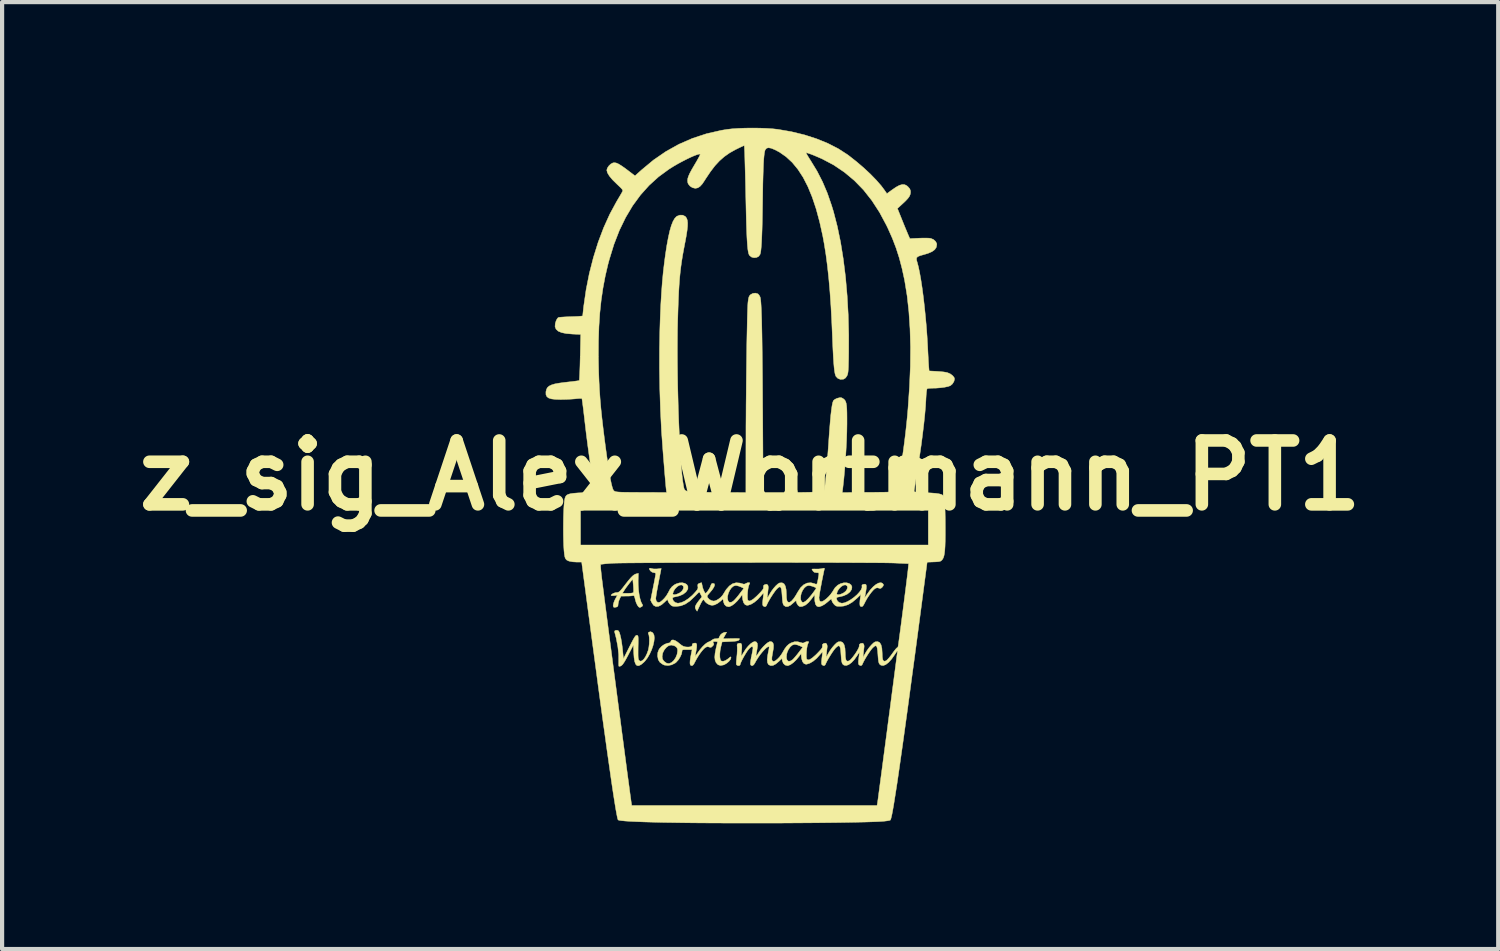
<source format=kicad_pcb>
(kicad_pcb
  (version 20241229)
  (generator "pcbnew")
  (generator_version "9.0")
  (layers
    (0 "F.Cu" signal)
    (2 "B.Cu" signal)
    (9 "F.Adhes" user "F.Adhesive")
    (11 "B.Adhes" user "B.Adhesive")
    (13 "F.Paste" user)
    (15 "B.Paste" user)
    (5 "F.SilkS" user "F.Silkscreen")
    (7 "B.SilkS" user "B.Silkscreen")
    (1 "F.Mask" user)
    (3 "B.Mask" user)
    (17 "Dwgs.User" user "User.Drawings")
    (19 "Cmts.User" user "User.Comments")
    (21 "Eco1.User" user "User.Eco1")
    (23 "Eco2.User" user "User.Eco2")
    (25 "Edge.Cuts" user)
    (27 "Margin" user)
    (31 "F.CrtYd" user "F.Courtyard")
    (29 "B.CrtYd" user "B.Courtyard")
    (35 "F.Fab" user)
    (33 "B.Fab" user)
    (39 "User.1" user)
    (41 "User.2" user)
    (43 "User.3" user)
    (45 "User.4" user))
  (footprint "z_sig_Alex_Wortmann_PT1"
    (layer "F.Cu")
    (at 14.848 8.294)
    (property "Reference" "z_sig_Alex_Wortmann_PT1" (at 0 0 0) (layer "F.SilkS") (effects (font (size 1.524 1.524) (thickness 0.3))))
    (attr through_hole)
    (fp_poly (pts (xy -3.166 3.696) (xy -3.141 3.708) (xy -3.123 3.739) (xy -3.104 3.798) (xy -3.084 3.882) (xy -3.066 3.985) (xy -3.05 4.103) (xy -3.042 4.175) (xy -3.023 4.373) (xy -2.881 4.091) (xy -2.83 3.99) (xy -2.791 3.916) (xy -2.762 3.866) (xy -2.74 3.834) (xy -2.723 3.818) (xy -2.708 3.813) (xy -2.703 3.813) (xy -2.69 3.816) (xy -2.68 3.824) (xy -2.674 3.842) (xy -2.671 3.875) (xy -2.67 3.927) (xy -2.671 4.004) (xy -2.673 4.098) (xy -2.674 4.206) (xy -2.674 4.286) (xy -2.672 4.342) (xy -2.666 4.379) (xy -2.658 4.403) (xy -2.653 4.41) (xy -2.622 4.432) (xy -2.583 4.423) (xy -2.542 4.389) (xy -2.501 4.332) (xy -2.463 4.255) (xy -2.431 4.167) (xy -2.417 4.1) (xy -2.408 4.02) (xy -2.405 3.938) (xy -2.408 3.864) (xy -2.416 3.808) (xy -2.423 3.79) (xy -2.433 3.759) (xy -2.419 3.74) (xy -2.378 3.727) (xy -2.338 3.743) (xy -2.32 3.759) (xy -2.294 3.807) (xy -2.286 3.877) (xy -2.295 3.963) (xy -2.317 4.059) (xy -2.351 4.159) (xy -2.396 4.258) (xy -2.449 4.35) (xy -2.509 4.428) (xy -2.539 4.459) (xy -2.604 4.513) (xy -2.658 4.539) (xy -2.7 4.536) (xy -2.732 4.503) (xy -2.755 4.44) (xy -2.77 4.345) (xy -2.777 4.246) (xy -2.786 4.044) (xy -2.91 4.284) (xy -2.963 4.383) (xy -3.006 4.456) (xy -3.04 4.506) (xy -3.071 4.536) (xy -3.1 4.551) (xy -3.13 4.555) (xy -3.135 4.54) (xy -3.137 4.499) (xy -3.136 4.442) (xy -3.136 4.437) (xy -3.137 4.272) (xy -3.157 4.085) (xy -3.196 3.882) (xy -3.236 3.726) (xy -3.228 3.705) (xy -3.201 3.694) (xy -3.166 3.696)) (stroke (width 0.01) (type solid)) (fill yes) (layer "F.SilkS"))
    (fp_poly (pts (xy -2.672 2.504) (xy -2.671 2.617) (xy -2.663 2.733) (xy -2.648 2.844) (xy -2.627 2.942) (xy -2.603 3.018) (xy -2.589 3.047) (xy -2.568 3.085) (xy -2.564 3.107) (xy -2.577 3.122) (xy -2.584 3.128) (xy -2.618 3.146) (xy -2.637 3.15) (xy -2.663 3.134) (xy -2.692 3.093) (xy -2.72 3.034) (xy -2.741 2.964) (xy -2.744 2.949) (xy -2.757 2.897) (xy -2.769 2.872) (xy -2.785 2.866) (xy -2.8 2.868) (xy -2.835 2.873) (xy -2.891 2.877) (xy -2.957 2.878) (xy -2.959 2.878) (xy -3.081 2.879) (xy -3.115 2.946) (xy -3.137 3.002) (xy -3.149 3.059) (xy -3.15 3.071) (xy -3.155 3.113) (xy -3.174 3.134) (xy -3.188 3.139) (xy -3.235 3.148) (xy -3.26 3.14) (xy -3.268 3.111) (xy -3.268 3.095) (xy -3.259 3.05) (xy -3.238 2.991) (xy -3.217 2.948) (xy -3.167 2.857) (xy -3.243 2.866) (xy -3.288 2.868) (xy -3.315 2.864) (xy -3.319 2.861) (xy -3.304 2.837) (xy -3.267 2.814) (xy -3.259 2.811) (xy -3.048 2.811) (xy -2.921 2.811) (xy -2.85 2.809) (xy -2.807 2.803) (xy -2.786 2.791) (xy -2.784 2.786) (xy -2.781 2.759) (xy -2.782 2.708) (xy -2.786 2.642) (xy -2.788 2.617) (xy -2.802 2.472) (xy -2.881 2.57) (xy -2.927 2.631) (xy -2.973 2.693) (xy -3.003 2.739) (xy -3.048 2.811) (xy -3.259 2.811) (xy -3.219 2.797) (xy -3.184 2.793) (xy -3.159 2.791) (xy -3.136 2.782) (xy -3.111 2.763) (xy -3.08 2.73) (xy -3.037 2.678) (xy -2.98 2.604) (xy -2.909 2.513) (xy -2.853 2.447) (xy -2.808 2.401) (xy -2.769 2.37) (xy -2.733 2.352) (xy -2.709 2.345) (xy -2.667 2.335) (xy -2.672 2.504)) (stroke (width 0.01) (type solid)) (fill yes) (layer "F.SilkS"))
    (fp_poly (pts (xy -0.604 3.82) (xy -0.648 3.897) (xy -0.451 3.891) (xy -0.374 3.89) (xy -0.311 3.89) (xy -0.269 3.892) (xy -0.254 3.895) (xy -0.261 3.919) (xy -0.281 3.937) (xy -0.321 3.949) (xy -0.385 3.957) (xy -0.478 3.962) (xy -0.669 3.971) (xy -0.699 4.089) (xy -0.716 4.175) (xy -0.724 4.259) (xy -0.723 4.333) (xy -0.713 4.39) (xy -0.695 4.423) (xy -0.693 4.425) (xy -0.647 4.434) (xy -0.59 4.417) (xy -0.526 4.374) (xy -0.517 4.367) (xy -0.481 4.336) (xy -0.463 4.327) (xy -0.458 4.337) (xy -0.457 4.352) (xy -0.471 4.391) (xy -0.507 4.436) (xy -0.558 4.479) (xy -0.613 4.512) (xy -0.636 4.521) (xy -0.709 4.534) (xy -0.767 4.516) (xy -0.812 4.467) (xy -0.813 4.466) (xy -0.837 4.408) (xy -0.845 4.335) (xy -0.837 4.242) (xy -0.814 4.124) (xy -0.813 4.118) (xy -0.797 4.053) (xy -0.786 4.003) (xy -0.779 3.973) (xy -0.779 3.97) (xy -0.794 3.965) (xy -0.831 3.962) (xy -0.838 3.962) (xy -0.877 3.964) (xy -0.888 3.973) (xy -0.878 3.995) (xy -0.877 3.996) (xy -0.866 4.023) (xy -0.877 4.049) (xy -0.896 4.071) (xy -0.927 4.098) (xy -0.954 4.102) (xy -0.976 4.094) (xy -1.018 4.084) (xy -1.06 4.099) (xy -1.1 4.13) (xy -1.149 4.185) (xy -1.202 4.255) (xy -1.253 4.333) (xy -1.297 4.411) (xy -1.308 4.432) (xy -1.341 4.495) (xy -1.368 4.529) (xy -1.391 4.538) (xy -1.415 4.533) (xy -1.43 4.513) (xy -1.436 4.477) (xy -1.433 4.419) (xy -1.421 4.337) (xy -1.4 4.226) (xy -1.396 4.208) (xy -1.386 4.157) (xy -1.506 4.156) (xy -1.568 4.156) (xy -1.604 4.159) (xy -1.621 4.168) (xy -1.625 4.186) (xy -1.626 4.2) (xy -1.638 4.26) (xy -1.67 4.331) (xy -1.714 4.401) (xy -1.766 4.458) (xy -1.79 4.477) (xy -1.874 4.519) (xy -1.963 4.535) (xy -2.048 4.524) (xy -2.082 4.509) (xy -2.152 4.459) (xy -2.193 4.395) (xy -2.207 4.315) (xy -2.1 4.315) (xy -2.094 4.372) (xy -2.07 4.416) (xy -2.05 4.438) (xy -1.993 4.479) (xy -1.935 4.488) (xy -1.876 4.463) (xy -1.828 4.421) (xy -1.778 4.351) (xy -1.744 4.268) (xy -1.731 4.185) (xy -1.735 4.136) (xy -1.76 4.094) (xy -1.809 4.063) (xy -1.873 4.048) (xy -1.889 4.047) (xy -1.947 4.063) (xy -2.002 4.104) (xy -2.05 4.164) (xy -2.085 4.234) (xy -2.099 4.308) (xy -2.1 4.315) (xy -2.207 4.315) (xy -2.208 4.311) (xy -2.209 4.294) (xy -2.203 4.224) (xy -2.182 4.166) (xy -2.162 4.132) (xy -2.109 4.074) (xy -2.041 4.028) (xy -1.969 4.001) (xy -1.936 3.997) (xy -1.904 3.984) (xy -1.893 3.958) (xy -1.876 3.93) (xy -1.84 3.923) (xy -1.791 3.938) (xy -1.735 3.973) (xy -1.733 3.974) (xy -1.686 4.012) (xy -1.643 4.046) (xy -1.635 4.053) (xy -1.591 4.077) (xy -1.537 4.091) (xy -1.481 4.094) (xy -1.431 4.089) (xy -1.395 4.074) (xy -1.38 4.051) (xy -1.382 4.039) (xy -1.376 4.016) (xy -1.347 4.003) (xy -1.307 3.998) (xy -1.283 4.011) (xy -1.274 4.044) (xy -1.277 4.103) (xy -1.285 4.16) (xy -1.297 4.225) (xy -1.307 4.28) (xy -1.315 4.314) (xy -1.316 4.316) (xy -1.312 4.317) (xy -1.293 4.293) (xy -1.264 4.25) (xy -1.255 4.237) (xy -1.197 4.157) (xy -1.135 4.084) (xy -1.074 4.025) (xy -1.02 3.985) (xy -0.991 3.972) (xy -0.945 3.952) (xy -0.914 3.928) (xy -0.863 3.9) (xy -0.813 3.895) (xy -0.768 3.891) (xy -0.745 3.878) (xy -0.735 3.852) (xy -0.709 3.804) (xy -0.664 3.764) (xy -0.612 3.743) (xy -0.6 3.742) (xy -0.561 3.742) (xy -0.604 3.82)) (stroke (width 0.01) (type solid)) (fill yes) (layer "F.SilkS"))
    (fp_poly (pts (xy 1.772 2.215) (xy 1.771 2.235) (xy 1.769 2.241) (xy 1.753 2.313) (xy 1.735 2.401) (xy 1.715 2.499) (xy 1.696 2.599) (xy 1.678 2.696) (xy 1.662 2.783) (xy 1.651 2.854) (xy 1.644 2.901) (xy 1.643 2.917) (xy 1.65 2.976) (xy 1.671 3.006) (xy 1.709 3.009) (xy 1.715 3.008) (xy 1.76 2.986) (xy 1.816 2.944) (xy 1.874 2.889) (xy 1.927 2.829) (xy 1.928 2.827) (xy 2.066 2.827) (xy 2.08 2.843) (xy 2.115 2.844) (xy 2.164 2.832) (xy 2.218 2.808) (xy 2.229 2.802) (xy 2.28 2.762) (xy 2.311 2.716) (xy 2.323 2.672) (xy 2.313 2.635) (xy 2.28 2.614) (xy 2.267 2.611) (xy 2.22 2.621) (xy 2.169 2.654) (xy 2.121 2.703) (xy 2.084 2.76) (xy 2.067 2.816) (xy 2.066 2.827) (xy 1.928 2.827) (xy 1.967 2.772) (xy 1.972 2.762) (xy 2.026 2.677) (xy 2.09 2.617) (xy 2.154 2.583) (xy 2.233 2.561) (xy 2.304 2.561) (xy 2.364 2.578) (xy 2.408 2.612) (xy 2.429 2.658) (xy 2.422 2.715) (xy 2.421 2.718) (xy 2.381 2.779) (xy 2.315 2.832) (xy 2.227 2.872) (xy 2.136 2.894) (xy 2.088 2.903) (xy 2.066 2.915) (xy 2.061 2.936) (xy 2.062 2.947) (xy 2.083 2.997) (xy 2.127 3.033) (xy 2.187 3.048) (xy 2.191 3.048) (xy 2.254 3.037) (xy 2.327 3.006) (xy 2.404 2.961) (xy 2.48 2.906) (xy 2.55 2.845) (xy 2.608 2.782) (xy 2.649 2.723) (xy 2.669 2.671) (xy 2.667 2.642) (xy 2.667 2.615) (xy 2.692 2.6) (xy 2.701 2.598) (xy 2.74 2.593) (xy 2.764 2.605) (xy 2.773 2.639) (xy 2.77 2.698) (xy 2.762 2.754) (xy 2.75 2.82) (xy 2.74 2.875) (xy 2.732 2.908) (xy 2.731 2.911) (xy 2.736 2.911) (xy 2.754 2.888) (xy 2.783 2.845) (xy 2.792 2.832) (xy 2.863 2.734) (xy 2.935 2.656) (xy 3.004 2.599) (xy 3.067 2.566) (xy 3.122 2.558) (xy 3.158 2.574) (xy 3.181 2.603) (xy 3.175 2.634) (xy 3.148 2.669) (xy 3.117 2.694) (xy 3.089 2.695) (xy 3.071 2.688) (xy 3.029 2.679) (xy 2.987 2.693) (xy 2.947 2.725) (xy 2.898 2.78) (xy 2.845 2.85) (xy 2.793 2.928) (xy 2.749 3.007) (xy 2.739 3.028) (xy 2.709 3.086) (xy 2.687 3.117) (xy 2.666 3.129) (xy 2.652 3.129) (xy 2.63 3.121) (xy 2.619 3.099) (xy 2.616 3.052) (xy 2.616 3.048) (xy 2.62 2.982) (xy 2.629 2.916) (xy 2.631 2.904) (xy 2.645 2.837) (xy 2.545 2.932) (xy 2.438 3.022) (xy 2.337 3.082) (xy 2.236 3.115) (xy 2.153 3.123) (xy 2.093 3.122) (xy 2.055 3.116) (xy 2.027 3.099) (xy 1.997 3.069) (xy 1.966 3.027) (xy 1.949 2.989) (xy 1.947 2.98) (xy 1.945 2.956) (xy 1.934 2.95) (xy 1.909 2.964) (xy 1.868 3) (xy 1.851 3.015) (xy 1.782 3.07) (xy 1.713 3.11) (xy 1.652 3.131) (xy 1.635 3.133) (xy 1.589 3.117) (xy 1.559 3.073) (xy 1.543 2.999) (xy 1.541 2.953) (xy 1.541 2.841) (xy 1.467 2.942) (xy 1.394 3.03) (xy 1.325 3.089) (xy 1.257 3.121) (xy 1.23 3.127) (xy 1.186 3.129) (xy 1.155 3.11) (xy 1.137 3.09) (xy 1.112 3.048) (xy 1.101 3.01) (xy 1.101 3.008) (xy 1.098 2.991) (xy 1.086 2.992) (xy 1.059 3.014) (xy 1.037 3.034) (xy 0.964 3.096) (xy 0.903 3.127) (xy 0.851 3.13) (xy 0.808 3.103) (xy 0.804 3.099) (xy 0.789 3.074) (xy 0.778 3.035) (xy 0.77 2.976) (xy 0.763 2.889) (xy 0.763 2.883) (xy 0.755 2.781) (xy 0.745 2.712) (xy 0.731 2.671) (xy 0.71 2.657) (xy 0.681 2.668) (xy 0.643 2.701) (xy 0.631 2.714) (xy 0.598 2.754) (xy 0.556 2.813) (xy 0.51 2.882) (xy 0.466 2.954) (xy 0.429 3.02) (xy 0.403 3.072) (xy 0.395 3.094) (xy 0.374 3.125) (xy 0.341 3.131) (xy 0.307 3.11) (xy 0.298 3.083) (xy 0.297 3.033) (xy 0.304 2.962) (xy 0.312 2.898) (xy 0.318 2.845) (xy 0.321 2.815) (xy 0.321 2.814) (xy 0.312 2.814) (xy 0.288 2.836) (xy 0.255 2.876) (xy 0.18 2.958) (xy 0.1 3.025) (xy 0.021 3.073) (xy -0.051 3.097) (xy -0.075 3.099) (xy -0.12 3.083) (xy -0.155 3.038) (xy -0.177 2.966) (xy -0.182 2.929) (xy -0.191 2.846) (xy -0.237 2.909) (xy -0.304 2.991) (xy -0.374 3.059) (xy -0.441 3.107) (xy -0.499 3.131) (xy -0.517 3.133) (xy -0.573 3.117) (xy -0.615 3.075) (xy -0.637 3.012) (xy -0.648 2.944) (xy -0.701 2.994) (xy -0.776 3.052) (xy -0.851 3.089) (xy -0.909 3.099) (xy -0.966 3.087) (xy -1.025 3.056) (xy -1.071 3.016) (xy -1.083 2.998) (xy -1.104 2.971) (xy -1.119 2.963) (xy -1.134 2.978) (xy -1.158 3.016) (xy -1.187 3.071) (xy -1.201 3.101) (xy -1.266 3.239) (xy -1.294 3.197) (xy -1.31 3.162) (xy -1.309 3.125) (xy -1.289 3.08) (xy -1.249 3.021) (xy -1.221 2.984) (xy -1.151 2.896) (xy -1.179 2.841) (xy -1.198 2.803) (xy -1.211 2.781) (xy -1.212 2.78) (xy -1.225 2.789) (xy -1.255 2.817) (xy -1.298 2.861) (xy -1.328 2.891) (xy -1.439 2.996) (xy -1.548 3.069) (xy -1.655 3.111) (xy -1.758 3.124) (xy -1.819 3.123) (xy -1.857 3.116) (xy -1.885 3.099) (xy -1.915 3.069) (xy -1.946 3.027) (xy -1.963 2.988) (xy -1.964 2.978) (xy -1.968 2.963) (xy -1.981 2.966) (xy -2.009 2.99) (xy -2.036 3.017) (xy -2.114 3.085) (xy -2.185 3.122) (xy -2.248 3.127) (xy -2.301 3.101) (xy -2.343 3.043) (xy -2.343 3.042) (xy -2.375 2.977) (xy -2.314 2.67) (xy -2.294 2.571) (xy -2.277 2.483) (xy -2.264 2.412) (xy -2.255 2.362) (xy -2.252 2.341) (xy -2.267 2.325) (xy -2.294 2.32) (xy -2.338 2.308) (xy -2.378 2.278) (xy -2.402 2.242) (xy -2.405 2.228) (xy -2.399 2.213) (xy -2.376 2.214) (xy -2.352 2.221) (xy -2.303 2.23) (xy -2.24 2.231) (xy -2.211 2.229) (xy -2.122 2.219) (xy -2.187 2.553) (xy -2.207 2.658) (xy -2.225 2.755) (xy -2.239 2.838) (xy -2.248 2.901) (xy -2.252 2.936) (xy -2.252 2.939) (xy -2.241 2.994) (xy -2.21 3.025) (xy -2.181 3.031) (xy -2.144 3.018) (xy -2.097 2.981) (xy -2.046 2.93) (xy -1.998 2.869) (xy -1.973 2.827) (xy -1.846 2.827) (xy -1.832 2.843) (xy -1.797 2.844) (xy -1.748 2.832) (xy -1.694 2.808) (xy -1.682 2.802) (xy -1.632 2.762) (xy -1.6 2.716) (xy -1.589 2.672) (xy -1.599 2.635) (xy -1.631 2.614) (xy -1.645 2.611) (xy -1.692 2.621) (xy -1.743 2.654) (xy -1.791 2.703) (xy -1.827 2.76) (xy -1.845 2.816) (xy -1.846 2.827) (xy -1.973 2.827) (xy -1.96 2.807) (xy -1.956 2.798) (xy -1.911 2.713) (xy -1.864 2.653) (xy -1.809 2.61) (xy -1.77 2.589) (xy -1.692 2.564) (xy -1.619 2.56) (xy -1.557 2.574) (xy -1.51 2.604) (xy -1.485 2.648) (xy -1.485 2.703) (xy -1.49 2.718) (xy -1.53 2.779) (xy -1.597 2.832) (xy -1.684 2.872) (xy -1.776 2.894) (xy -1.823 2.903) (xy -1.846 2.915) (xy -1.851 2.936) (xy -1.85 2.947) (xy -1.829 2.997) (xy -1.784 3.033) (xy -1.724 3.048) (xy -1.72 3.048) (xy -1.646 3.034) (xy -1.561 2.996) (xy -1.471 2.937) (xy -1.383 2.862) (xy -1.348 2.826) (xy -1.297 2.77) (xy -1.265 2.73) (xy -1.249 2.701) (xy -1.245 2.674) (xy -1.248 2.65) (xy -1.251 2.609) (xy -1.238 2.587) (xy -1.212 2.574) (xy -1.177 2.562) (xy -1.161 2.557) (xy -1.155 2.572) (xy -1.148 2.609) (xy -1.145 2.624) (xy -1.132 2.679) (xy -1.113 2.734) (xy -1.091 2.78) (xy -1.072 2.807) (xy -1.064 2.811) (xy -1.044 2.797) (xy -1.015 2.763) (xy -0.984 2.717) (xy -0.957 2.669) (xy -0.941 2.629) (xy -0.94 2.624) (xy -0.924 2.587) (xy -0.896 2.574) (xy -0.888 2.574) (xy -0.855 2.584) (xy -0.847 2.614) (xy -0.864 2.662) (xy -0.904 2.725) (xy -0.968 2.802) (xy -0.986 2.822) (xy -1.017 2.859) (xy -1.025 2.887) (xy -1.018 2.908) (xy -0.977 2.956) (xy -0.917 2.988) (xy -0.867 2.997) (xy -0.817 2.985) (xy -0.758 2.952) (xy -0.7 2.907) (xy -0.681 2.885) (xy -0.539 2.885) (xy -0.539 2.954) (xy -0.524 2.998) (xy -0.494 3.027) (xy -0.45 3.025) (xy -0.4 2.996) (xy -0.37 2.967) (xy -0.327 2.919) (xy -0.278 2.859) (xy -0.253 2.826) (xy -0.15 2.692) (xy -0.223 2.659) (xy -0.279 2.638) (xy -0.331 2.626) (xy -0.345 2.625) (xy -0.398 2.64) (xy -0.447 2.682) (xy -0.489 2.741) (xy -0.521 2.812) (xy -0.539 2.885) (xy -0.681 2.885) (xy -0.656 2.857) (xy -0.646 2.841) (xy -0.573 2.723) (xy -0.497 2.637) (xy -0.419 2.583) (xy -0.336 2.56) (xy -0.246 2.567) (xy -0.201 2.58) (xy -0.156 2.593) (xy -0.126 2.59) (xy -0.109 2.58) (xy -0.067 2.561) (xy -0.039 2.557) (xy -0.013 2.559) (xy -0.008 2.57) (xy -0.021 2.599) (xy -0.027 2.611) (xy -0.041 2.654) (xy -0.053 2.716) (xy -0.061 2.788) (xy -0.065 2.86) (xy -0.064 2.923) (xy -0.058 2.967) (xy -0.054 2.978) (xy -0.025 2.996) (xy 0.019 2.985) (xy 0.079 2.947) (xy 0.155 2.88) (xy 0.192 2.843) (xy 0.252 2.781) (xy 0.29 2.737) (xy 0.311 2.705) (xy 0.318 2.68) (xy 0.317 2.665) (xy 0.319 2.628) (xy 0.347 2.605) (xy 0.349 2.604) (xy 0.393 2.596) (xy 0.423 2.616) (xy 0.434 2.662) (xy 0.432 2.69) (xy 0.426 2.744) (xy 0.419 2.811) (xy 0.415 2.845) (xy 0.406 2.938) (xy 0.461 2.838) (xy 0.506 2.764) (xy 0.559 2.693) (xy 0.613 2.632) (xy 0.663 2.587) (xy 0.702 2.564) (xy 0.703 2.564) (xy 0.763 2.561) (xy 0.808 2.585) (xy 0.839 2.638) (xy 0.858 2.721) (xy 0.864 2.833) (xy 0.867 2.924) (xy 0.878 2.986) (xy 0.899 3.019) (xy 0.929 3.027) (xy 0.945 3.024) (xy 0.986 2.997) (xy 1.035 2.942) (xy 1.073 2.887) (xy 1.204 2.887) (xy 1.205 2.956) (xy 1.22 2.998) (xy 1.245 3.025) (xy 1.279 3.025) (xy 1.325 2.998) (xy 1.383 2.942) (xy 1.426 2.894) (xy 1.472 2.838) (xy 1.514 2.782) (xy 1.549 2.733) (xy 1.571 2.698) (xy 1.575 2.687) (xy 1.56 2.675) (xy 1.524 2.658) (xy 1.477 2.642) (xy 1.43 2.63) (xy 1.395 2.625) (xy 1.342 2.64) (xy 1.293 2.682) (xy 1.251 2.742) (xy 1.22 2.813) (xy 1.204 2.887) (xy 1.073 2.887) (xy 1.089 2.862) (xy 1.137 2.779) (xy 1.203 2.678) (xy 1.278 2.607) (xy 1.36 2.567) (xy 1.448 2.559) (xy 1.528 2.579) (xy 1.56 2.592) (xy 1.58 2.596) (xy 1.594 2.584) (xy 1.605 2.553) (xy 1.616 2.497) (xy 1.625 2.448) (xy 1.636 2.383) (xy 1.64 2.345) (xy 1.634 2.326) (xy 1.616 2.32) (xy 1.585 2.32) (xy 1.584 2.32) (xy 1.53 2.31) (xy 1.5 2.282) (xy 1.48 2.251) (xy 1.473 2.236) (xy 1.488 2.232) (xy 1.528 2.231) (xy 1.564 2.232) (xy 1.63 2.232) (xy 1.693 2.226) (xy 1.716 2.221) (xy 1.756 2.212) (xy 1.772 2.215)) (stroke (width 0.01) (type solid)) (fill yes) (layer "F.SilkS"))
    (fp_poly (pts (xy 0.226 -8.287) (xy 0.391 -8.281) (xy 0.54 -8.271) (xy 0.66 -8.258) (xy 0.984 -8.202) (xy 1.293 -8.127) (xy 1.585 -8.033) (xy 1.855 -7.923) (xy 2.101 -7.797) (xy 2.32 -7.656) (xy 2.354 -7.631) (xy 2.537 -7.487) (xy 2.71 -7.339) (xy 2.868 -7.192) (xy 3.008 -7.048) (xy 3.126 -6.913) (xy 3.195 -6.821) (xy 3.263 -6.724) (xy 3.38 -6.81) (xy 3.479 -6.878) (xy 3.56 -6.922) (xy 3.628 -6.942) (xy 3.685 -6.939) (xy 3.736 -6.914) (xy 3.769 -6.885) (xy 3.808 -6.839) (xy 3.824 -6.796) (xy 3.827 -6.762) (xy 3.821 -6.713) (xy 3.803 -6.666) (xy 3.767 -6.614) (xy 3.711 -6.553) (xy 3.637 -6.483) (xy 3.514 -6.37) (xy 3.622 -6.102) (xy 3.661 -6.005) (xy 3.699 -5.912) (xy 3.733 -5.831) (xy 3.759 -5.768) (xy 3.77 -5.742) (xy 3.81 -5.651) (xy 4.026 -5.661) (xy 4.115 -5.664) (xy 4.198 -5.664) (xy 4.266 -5.662) (xy 4.309 -5.656) (xy 4.31 -5.656) (xy 4.374 -5.629) (xy 4.423 -5.585) (xy 4.451 -5.533) (xy 4.453 -5.51) (xy 4.441 -5.444) (xy 4.403 -5.387) (xy 4.336 -5.339) (xy 4.24 -5.298) (xy 4.142 -5.269) (xy 4.059 -5.246) (xy 4.005 -5.224) (xy 3.976 -5.2) (xy 3.968 -5.167) (xy 3.975 -5.121) (xy 3.984 -5.093) (xy 4.014 -4.98) (xy 4.044 -4.837) (xy 4.074 -4.668) (xy 4.103 -4.477) (xy 4.131 -4.267) (xy 4.157 -4.043) (xy 4.181 -3.809) (xy 4.203 -3.567) (xy 4.221 -3.323) (xy 4.235 -3.08) (xy 4.241 -2.955) (xy 4.246 -2.858) (xy 4.251 -2.761) (xy 4.256 -2.674) (xy 4.26 -2.614) (xy 4.27 -2.494) (xy 4.453 -2.484) (xy 4.537 -2.478) (xy 4.616 -2.47) (xy 4.679 -2.46) (xy 4.707 -2.453) (xy 4.771 -2.426) (xy 4.826 -2.386) (xy 4.864 -2.342) (xy 4.877 -2.304) (xy 4.862 -2.242) (xy 4.825 -2.183) (xy 4.776 -2.142) (xy 4.719 -2.122) (xy 4.637 -2.105) (xy 4.538 -2.092) (xy 4.43 -2.084) (xy 4.369 -2.083) (xy 4.305 -2.081) (xy 4.253 -2.077) (xy 4.225 -2.071) (xy 4.223 -2.07) (xy 4.215 -2.048) (xy 4.207 -1.997) (xy 4.2 -1.921) (xy 4.194 -1.823) (xy 4.194 -1.812) (xy 4.184 -1.645) (xy 4.167 -1.449) (xy 4.144 -1.229) (xy 4.115 -0.989) (xy 4.082 -0.732) (xy 4.043 -0.465) (xy 4.001 -0.19) (xy 3.97 0.003) (xy 3.952 0.109) (xy 3.937 0.204) (xy 3.925 0.284) (xy 3.916 0.342) (xy 3.912 0.374) (xy 3.912 0.377) (xy 3.917 0.387) (xy 3.938 0.394) (xy 3.977 0.4) (xy 4.04 0.405) (xy 4.129 0.409) (xy 4.187 0.411) (xy 4.321 0.418) (xy 4.426 0.426) (xy 4.503 0.437) (xy 4.558 0.451) (xy 4.592 0.469) (xy 4.604 0.48) (xy 4.618 0.51) (xy 4.63 0.565) (xy 4.64 0.645) (xy 4.647 0.751) (xy 4.652 0.887) (xy 4.655 1.053) (xy 4.656 1.243) (xy 4.656 1.422) (xy 4.654 1.569) (xy 4.65 1.69) (xy 4.644 1.786) (xy 4.635 1.862) (xy 4.624 1.92) (xy 4.609 1.965) (xy 4.591 1.998) (xy 4.58 2.012) (xy 4.559 2.034) (xy 4.536 2.047) (xy 4.502 2.055) (xy 4.45 2.06) (xy 4.382 2.063) (xy 4.223 2.069) (xy 4.066 3.257) (xy 3.996 3.786) (xy 3.93 4.282) (xy 3.867 4.745) (xy 3.809 5.177) (xy 3.755 5.577) (xy 3.704 5.947) (xy 3.657 6.287) (xy 3.613 6.597) (xy 3.573 6.878) (xy 3.537 7.13) (xy 3.504 7.355) (xy 3.473 7.552) (xy 3.446 7.723) (xy 3.423 7.868) (xy 3.402 7.987) (xy 3.384 8.082) (xy 3.368 8.152) (xy 3.356 8.198) (xy 3.346 8.221) (xy 3.344 8.223) (xy 3.317 8.232) (xy 3.265 8.241) (xy 3.196 8.249) (xy 3.145 8.253) (xy 3.042 8.259) (xy 2.907 8.264) (xy 2.744 8.269) (xy 2.555 8.273) (xy 2.343 8.277) (xy 2.11 8.281) (xy 1.859 8.284) (xy 1.592 8.287) (xy 1.314 8.289) (xy 1.025 8.291) (xy 0.728 8.293) (xy 0.427 8.294) (xy 0.124 8.294) (xy -0.179 8.294) (xy -0.478 8.294) (xy -0.772 8.292) (xy -1.057 8.291) (xy -1.331 8.289) (xy -1.591 8.286) (xy -1.834 8.282) (xy -2.053 8.279) (xy -2.299 8.273) (xy -2.514 8.267) (xy -2.7 8.26) (xy -2.854 8.253) (xy -2.977 8.245) (xy -3.068 8.236) (xy -3.126 8.228) (xy -3.15 8.219) (xy -3.159 8.199) (xy -3.17 8.154) (xy -3.184 8.083) (xy -3.202 7.985) (xy -3.223 7.86) (xy -3.247 7.708) (xy -3.275 7.528) (xy -3.306 7.32) (xy -3.34 7.082) (xy -3.378 6.816) (xy -3.42 6.52) (xy -3.465 6.193) (xy -3.515 5.836) (xy -3.568 5.448) (xy -3.625 5.028) (xy -3.685 4.576) (xy -3.75 4.092) (xy -3.819 3.574) (xy -3.846 3.374) (xy -4.01 2.143) (xy -3.57 2.143) (xy -3.567 2.19) (xy -3.561 2.26) (xy -3.552 2.347) (xy -3.541 2.443) (xy -3.53 2.527) (xy -3.516 2.639) (xy -3.498 2.777) (xy -3.478 2.938) (xy -3.454 3.12) (xy -3.428 3.321) (xy -3.4 3.538) (xy -3.37 3.769) (xy -3.338 4.012) (xy -3.305 4.265) (xy -3.271 4.525) (xy -3.236 4.79) (xy -3.201 5.057) (xy -3.166 5.325) (xy -3.131 5.591) (xy -3.096 5.852) (xy -3.063 6.107) (xy -3.03 6.353) (xy -2.999 6.588) (xy -2.97 6.809) (xy -2.943 7.015) (xy -2.918 7.202) (xy -2.895 7.369) (xy -2.876 7.513) (xy -2.86 7.632) (xy -2.847 7.724) (xy -2.839 7.786) (xy -2.835 7.811) (xy -2.825 7.874) (xy 3.027 7.874) (xy 3.037 7.819) (xy 3.04 7.797) (xy 3.048 7.743) (xy 3.059 7.662) (xy 3.073 7.555) (xy 3.09 7.426) (xy 3.11 7.277) (xy 3.132 7.111) (xy 3.156 6.931) (xy 3.181 6.739) (xy 3.208 6.538) (xy 3.235 6.332) (xy 3.263 6.122) (xy 3.29 5.912) (xy 3.318 5.703) (xy 3.345 5.5) (xy 3.37 5.305) (xy 3.394 5.12) (xy 3.417 4.948) (xy 3.437 4.793) (xy 3.455 4.656) (xy 3.47 4.54) (xy 3.482 4.449) (xy 3.489 4.394) (xy 3.498 4.323) (xy 3.507 4.258) (xy 3.514 4.213) (xy 3.515 4.208) (xy 3.517 4.187) (xy 3.508 4.189) (xy 3.488 4.216) (xy 3.454 4.267) (xy 3.376 4.378) (xy 3.303 4.46) (xy 3.235 4.513) (xy 3.174 4.536) (xy 3.121 4.528) (xy 3.09 4.504) (xy 3.075 4.48) (xy 3.064 4.441) (xy 3.056 4.381) (xy 3.049 4.295) (xy 3.049 4.288) (xy 3.041 4.187) (xy 3.031 4.117) (xy 3.017 4.076) (xy 2.996 4.063) (xy 2.967 4.074) (xy 2.929 4.107) (xy 2.917 4.119) (xy 2.884 4.159) (xy 2.842 4.218) (xy 2.796 4.288) (xy 2.752 4.36) (xy 2.715 4.426) (xy 2.689 4.478) (xy 2.681 4.5) (xy 2.66 4.531) (xy 2.627 4.537) (xy 2.593 4.515) (xy 2.584 4.489) (xy 2.583 4.438) (xy 2.59 4.367) (xy 2.598 4.304) (xy 2.604 4.254) (xy 2.607 4.227) (xy 2.607 4.226) (xy 2.6 4.23) (xy 2.579 4.257) (xy 2.555 4.294) (xy 2.486 4.392) (xy 2.417 4.466) (xy 2.351 4.514) (xy 2.291 4.535) (xy 2.239 4.526) (xy 2.21 4.504) (xy 2.195 4.48) (xy 2.184 4.441) (xy 2.175 4.381) (xy 2.169 4.295) (xy 2.168 4.288) (xy 2.161 4.187) (xy 2.151 4.117) (xy 2.136 4.076) (xy 2.116 4.063) (xy 2.087 4.074) (xy 2.048 4.107) (xy 2.036 4.119) (xy 2.003 4.159) (xy 1.961 4.218) (xy 1.916 4.288) (xy 1.872 4.36) (xy 1.835 4.426) (xy 1.809 4.478) (xy 1.801 4.5) (xy 1.78 4.531) (xy 1.746 4.537) (xy 1.712 4.515) (xy 1.703 4.489) (xy 1.703 4.438) (xy 1.71 4.367) (xy 1.718 4.303) (xy 1.724 4.251) (xy 1.727 4.221) (xy 1.727 4.219) (xy 1.718 4.219) (xy 1.694 4.242) (xy 1.66 4.281) (xy 1.586 4.363) (xy 1.506 4.43) (xy 1.426 4.478) (xy 1.354 4.502) (xy 1.33 4.504) (xy 1.285 4.488) (xy 1.25 4.443) (xy 1.228 4.372) (xy 1.223 4.334) (xy 1.215 4.251) (xy 1.169 4.314) (xy 1.101 4.397) (xy 1.031 4.464) (xy 0.964 4.512) (xy 0.907 4.536) (xy 0.889 4.538) (xy 0.834 4.523) (xy 0.791 4.481) (xy 0.769 4.426) (xy 0.758 4.366) (xy 0.688 4.433) (xy 0.611 4.498) (xy 0.545 4.533) (xy 0.489 4.537) (xy 0.44 4.513) (xy 0.437 4.51) (xy 0.414 4.466) (xy 0.407 4.394) (xy 0.418 4.293) (xy 0.433 4.214) (xy 0.446 4.155) (xy 0.452 4.11) (xy 0.452 4.087) (xy 0.452 4.087) (xy 0.429 4.085) (xy 0.392 4.108) (xy 0.345 4.151) (xy 0.292 4.209) (xy 0.237 4.277) (xy 0.185 4.351) (xy 0.139 4.427) (xy 0.12 4.463) (xy 0.086 4.517) (xy 0.054 4.538) (xy 0.049 4.538) (xy 0.024 4.533) (xy 0.009 4.513) (xy 0.006 4.475) (xy 0.013 4.414) (xy 0.026 4.343) (xy 0.119 4.343) (xy 0.127 4.352) (xy 0.135 4.343) (xy 0.127 4.335) (xy 0.119 4.343) (xy 0.026 4.343) (xy 0.03 4.325) (xy 0.032 4.316) (xy 0.047 4.242) (xy 0.059 4.177) (xy 0.066 4.13) (xy 0.068 4.114) (xy 0.059 4.086) (xy 0.034 4.085) (xy -0.003 4.111) (xy -0.037 4.147) (xy -0.07 4.191) (xy -0.109 4.252) (xy -0.149 4.32) (xy -0.186 4.388) (xy -0.216 4.449) (xy -0.234 4.494) (xy -0.237 4.511) (xy -0.25 4.532) (xy -0.279 4.538) (xy -0.311 4.53) (xy -0.329 4.51) (xy -0.331 4.482) (xy -0.329 4.429) (xy -0.323 4.363) (xy -0.32 4.339) (xy -0.312 4.259) (xy -0.308 4.178) (xy -0.308 4.113) (xy -0.308 4.105) (xy -0.312 4.053) (xy -0.307 4.024) (xy -0.293 4.011) (xy -0.274 4.005) (xy -0.235 4.001) (xy -0.21 4.016) (xy -0.199 4.053) (xy -0.199 4.117) (xy -0.204 4.173) (xy -0.21 4.236) (xy -0.214 4.285) (xy -0.215 4.311) (xy -0.214 4.313) (xy -0.204 4.302) (xy -0.183 4.268) (xy -0.154 4.219) (xy -0.151 4.215) (xy -0.103 4.14) (xy -0.047 4.072) (xy 0.011 4.015) (xy 0.065 3.977) (xy 0.109 3.962) (xy 0.11 3.962) (xy 0.148 3.973) (xy 0.17 4.005) (xy 0.176 4.063) (xy 0.165 4.147) (xy 0.16 4.177) (xy 0.148 4.238) (xy 0.141 4.286) (xy 0.14 4.31) (xy 0.14 4.312) (xy 0.152 4.302) (xy 0.176 4.27) (xy 0.207 4.222) (xy 0.208 4.22) (xy 0.257 4.15) (xy 0.314 4.084) (xy 0.372 4.027) (xy 0.425 3.985) (xy 0.468 3.964) (xy 0.478 3.962) (xy 0.52 3.971) (xy 0.546 3.999) (xy 0.558 4.049) (xy 0.555 4.124) (xy 0.538 4.226) (xy 0.533 4.252) (xy 0.519 4.336) (xy 0.517 4.393) (xy 0.53 4.425) (xy 0.556 4.436) (xy 0.56 4.437) (xy 0.599 4.423) (xy 0.647 4.386) (xy 0.699 4.333) (xy 0.73 4.291) (xy 0.866 4.291) (xy 0.867 4.36) (xy 0.881 4.404) (xy 0.912 4.432) (xy 0.955 4.43) (xy 1.006 4.401) (xy 1.036 4.372) (xy 1.078 4.324) (xy 1.127 4.265) (xy 1.153 4.231) (xy 1.255 4.097) (xy 1.182 4.064) (xy 1.127 4.043) (xy 1.075 4.032) (xy 1.06 4.031) (xy 1.008 4.046) (xy 0.959 4.087) (xy 0.916 4.147) (xy 0.884 4.217) (xy 0.866 4.291) (xy 0.73 4.291) (xy 0.746 4.27) (xy 0.77 4.23) (xy 0.823 4.139) (xy 0.872 4.073) (xy 0.922 4.027) (xy 0.972 3.997) (xy 1.056 3.968) (xy 1.138 3.968) (xy 1.204 3.986) (xy 1.249 3.998) (xy 1.279 3.995) (xy 1.296 3.985) (xy 1.339 3.966) (xy 1.367 3.962) (xy 1.392 3.964) (xy 1.397 3.975) (xy 1.384 4.005) (xy 1.378 4.017) (xy 1.364 4.059) (xy 1.353 4.121) (xy 1.345 4.193) (xy 1.341 4.266) (xy 1.341 4.329) (xy 1.347 4.373) (xy 1.352 4.384) (xy 1.381 4.401) (xy 1.425 4.391) (xy 1.484 4.352) (xy 1.561 4.285) (xy 1.598 4.249) (xy 1.657 4.187) (xy 1.696 4.143) (xy 1.717 4.111) (xy 1.724 4.086) (xy 1.723 4.071) (xy 1.724 4.033) (xy 1.752 4.01) (xy 1.754 4.009) (xy 1.799 4.001) (xy 1.828 4.022) (xy 1.839 4.068) (xy 1.838 4.096) (xy 1.832 4.149) (xy 1.824 4.217) (xy 1.821 4.25) (xy 1.811 4.343) (xy 1.866 4.244) (xy 1.909 4.174) (xy 1.96 4.104) (xy 2.013 4.043) (xy 2.061 3.996) (xy 2.099 3.971) (xy 2.102 3.97) (xy 2.163 3.964) (xy 2.21 3.987) (xy 2.243 4.041) (xy 2.263 4.125) (xy 2.269 4.238) (xy 2.272 4.33) (xy 2.283 4.392) (xy 2.302 4.425) (xy 2.331 4.432) (xy 2.364 4.42) (xy 2.399 4.392) (xy 2.441 4.344) (xy 2.487 4.284) (xy 2.531 4.22) (xy 2.568 4.157) (xy 2.594 4.105) (xy 2.603 4.07) (xy 2.602 4.067) (xy 2.606 4.031) (xy 2.635 4.009) (xy 2.679 4.001) (xy 2.709 4.022) (xy 2.72 4.068) (xy 2.718 4.096) (xy 2.712 4.149) (xy 2.705 4.217) (xy 2.701 4.25) (xy 2.692 4.343) (xy 2.747 4.244) (xy 2.79 4.174) (xy 2.841 4.104) (xy 2.894 4.043) (xy 2.942 3.996) (xy 2.98 3.971) (xy 2.982 3.97) (xy 3.043 3.964) (xy 3.09 3.987) (xy 3.123 4.041) (xy 3.143 4.125) (xy 3.15 4.238) (xy 3.153 4.33) (xy 3.163 4.392) (xy 3.182 4.425) (xy 3.211 4.432) (xy 3.245 4.42) (xy 3.274 4.395) (xy 3.315 4.35) (xy 3.362 4.291) (xy 3.391 4.25) (xy 3.434 4.191) (xy 3.471 4.144) (xy 3.497 4.116) (xy 3.506 4.11) (xy 3.521 4.1) (xy 3.53 4.077) (xy 3.534 4.051) (xy 3.542 3.996) (xy 3.553 3.915) (xy 3.567 3.812) (xy 3.583 3.691) (xy 3.601 3.556) (xy 3.62 3.41) (xy 3.64 3.257) (xy 3.66 3.101) (xy 3.68 2.947) (xy 3.699 2.797) (xy 3.717 2.656) (xy 3.733 2.527) (xy 3.747 2.415) (xy 3.758 2.323) (xy 3.766 2.256) (xy 3.77 2.216) (xy 3.781 2.104) (xy 3.461 2.09) (xy 3.399 2.088) (xy 3.306 2.086) (xy 3.184 2.084) (xy 3.036 2.083) (xy 2.864 2.082) (xy 2.669 2.081) (xy 2.455 2.08) (xy 2.222 2.079) (xy 1.973 2.078) (xy 1.71 2.077) (xy 1.436 2.077) (xy 1.152 2.077) (xy 0.86 2.076) (xy 0.563 2.076) (xy 0.263 2.076) (xy -0.039 2.077) (xy -0.339 2.077) (xy -0.637 2.077) (xy -0.93 2.078) (xy -1.215 2.079) (xy -1.491 2.079) (xy -1.755 2.08) (xy -2.006 2.081) (xy -2.241 2.083) (xy -2.459 2.084) (xy -2.657 2.085) (xy -2.832 2.087) (xy -2.984 2.088) (xy -3.109 2.09) (xy -3.206 2.092) (xy -3.273 2.094) (xy -3.299 2.095) (xy -3.389 2.102) (xy -3.467 2.109) (xy -3.527 2.116) (xy -3.562 2.121) (xy -3.568 2.123) (xy -3.57 2.143) (xy -4.01 2.143) (xy -4.02 2.066) (xy -4.143 2.066) (xy -4.229 2.061) (xy -4.303 2.048) (xy -4.334 2.039) (xy -4.381 2.015) (xy -4.407 1.982) (xy -4.421 1.944) (xy -4.432 1.883) (xy -4.441 1.796) (xy -4.448 1.686) (xy -4.453 1.56) (xy -4.456 1.421) (xy -4.457 1.277) (xy -4.456 1.131) (xy -4.454 0.989) (xy -4.449 0.856) (xy -4.448 0.83) (xy -4.047 0.83) (xy -4.047 1.659) (xy 4.25 1.659) (xy 4.25 0.83) (xy -4.047 0.83) (xy -4.448 0.83) (xy -4.443 0.738) (xy -4.435 0.64) (xy -4.424 0.567) (xy -4.416 0.533) (xy -4.401 0.498) (xy -4.378 0.471) (xy -4.342 0.451) (xy -4.29 0.436) (xy -4.218 0.425) (xy -4.12 0.417) (xy -3.993 0.411) (xy -3.984 0.411) (xy -3.889 0.407) (xy -3.81 0.401) (xy -3.75 0.395) (xy -3.715 0.389) (xy -3.708 0.385) (xy -3.711 0.364) (xy -3.719 0.315) (xy -3.73 0.244) (xy -3.744 0.157) (xy -3.758 0.07) (xy -3.799 -0.179) (xy -3.837 -0.438) (xy -3.874 -0.711) (xy -3.912 -1.006) (xy -3.95 -1.329) (xy -3.951 -1.342) (xy -3.966 -1.466) (xy -3.979 -1.579) (xy -3.992 -1.677) (xy -4.002 -1.755) (xy -4.01 -1.809) (xy -4.014 -1.835) (xy -4.015 -1.836) (xy -4.034 -1.838) (xy -4.079 -1.837) (xy -4.142 -1.832) (xy -4.175 -1.828) (xy -4.258 -1.822) (xy -4.36 -1.816) (xy -4.465 -1.813) (xy -4.526 -1.812) (xy -4.65 -1.816) (xy -4.743 -1.827) (xy -4.81 -1.849) (xy -4.851 -1.882) (xy -4.872 -1.928) (xy -4.873 -1.989) (xy -4.872 -2.002) (xy -4.859 -2.055) (xy -4.836 -2.098) (xy -4.797 -2.132) (xy -4.74 -2.16) (xy -4.662 -2.184) (xy -4.558 -2.203) (xy -4.425 -2.221) (xy -4.353 -2.229) (xy -4.262 -2.239) (xy -4.183 -2.249) (xy -4.122 -2.257) (xy -4.086 -2.264) (xy -4.078 -2.267) (xy -4.075 -2.286) (xy -4.072 -2.334) (xy -4.068 -2.409) (xy -4.064 -2.505) (xy -4.06 -2.618) (xy -4.057 -2.745) (xy -4.055 -2.821) (xy -4.054 -2.839) (xy -3.621 -2.839) (xy -3.619 -2.701) (xy -3.614 -2.471) (xy -3.606 -2.253) (xy -3.595 -2.039) (xy -3.58 -1.826) (xy -3.561 -1.606) (xy -3.537 -1.375) (xy -3.508 -1.126) (xy -3.474 -0.854) (xy -3.445 -0.635) (xy -3.413 -0.407) (xy -3.384 -0.211) (xy -3.358 -0.047) (xy -3.334 0.088) (xy -3.312 0.195) (xy -3.292 0.274) (xy -3.274 0.329) (xy -3.257 0.358) (xy -3.254 0.361) (xy -3.241 0.372) (xy -3.226 0.38) (xy -3.204 0.387) (xy -3.173 0.392) (xy -3.129 0.396) (xy -3.069 0.399) (xy -2.99 0.401) (xy -2.887 0.402) (xy -2.758 0.403) (xy -2.599 0.404) (xy -2.568 0.404) (xy -1.994 0.406) (xy -2.005 0.318) (xy -2.011 0.261) (xy -2.018 0.175) (xy -2.028 0.067) (xy -2.039 -0.06) (xy -2.05 -0.199) (xy -2.062 -0.346) (xy -2.074 -0.495) (xy -2.085 -0.642) (xy -2.095 -0.78) (xy -2.104 -0.904) (xy -2.112 -1.01) (xy -2.116 -1.075) (xy -2.14 -1.561) (xy -2.156 -2.06) (xy -2.164 -2.557) (xy -2.163 -3.038) (xy -2.161 -3.116) (xy -2.155 -3.463) (xy -2.145 -3.782) (xy -2.132 -4.075) (xy -2.116 -4.348) (xy -2.097 -4.604) (xy -2.074 -4.849) (xy -2.046 -5.085) (xy -2.022 -5.266) (xy -1.988 -5.488) (xy -1.953 -5.676) (xy -1.918 -5.834) (xy -1.881 -5.961) (xy -1.842 -6.06) (xy -1.801 -6.132) (xy -1.758 -6.177) (xy -1.747 -6.185) (xy -1.676 -6.212) (xy -1.608 -6.21) (xy -1.55 -6.181) (xy -1.54 -6.171) (xy -1.515 -6.136) (xy -1.499 -6.088) (xy -1.492 -6.026) (xy -1.494 -5.945) (xy -1.505 -5.842) (xy -1.525 -5.713) (xy -1.554 -5.556) (xy -1.555 -5.553) (xy -1.585 -5.395) (xy -1.612 -5.249) (xy -1.634 -5.111) (xy -1.653 -4.976) (xy -1.669 -4.841) (xy -1.683 -4.7) (xy -1.694 -4.549) (xy -1.704 -4.383) (xy -1.712 -4.198) (xy -1.72 -3.99) (xy -1.727 -3.753) (xy -1.729 -3.695) (xy -1.734 -3.466) (xy -1.736 -3.222) (xy -1.737 -2.966) (xy -1.736 -2.7) (xy -1.733 -2.429) (xy -1.729 -2.154) (xy -1.722 -1.879) (xy -1.715 -1.607) (xy -1.706 -1.34) (xy -1.695 -1.083) (xy -1.684 -0.837) (xy -1.671 -0.606) (xy -1.657 -0.393) (xy -1.643 -0.201) (xy -1.628 -0.033) (xy -1.612 0.109) (xy -1.595 0.22) (xy -1.59 0.25) (xy -1.583 0.285) (xy -1.576 0.314) (xy -1.565 0.337) (xy -1.548 0.356) (xy -1.521 0.37) (xy -1.482 0.381) (xy -1.427 0.389) (xy -1.354 0.394) (xy -1.259 0.398) (xy -1.14 0.4) (xy -0.993 0.402) (xy -0.816 0.403) (xy -0.792 0.403) (xy -0.102 0.408) (xy -0.101 -0.672) (xy -0.1 -0.914) (xy -0.1 -1.164) (xy -0.098 -1.419) (xy -0.097 -1.677) (xy -0.094 -1.935) (xy -0.092 -2.19) (xy -0.089 -2.441) (xy -0.086 -2.684) (xy -0.083 -2.917) (xy -0.08 -3.137) (xy -0.076 -3.343) (xy -0.072 -3.531) (xy -0.069 -3.699) (xy -0.065 -3.844) (xy -0.061 -3.965) (xy -0.057 -4.058) (xy -0.053 -4.12) (xy -0.051 -4.14) (xy -0.041 -4.212) (xy -0.029 -4.26) (xy -0.012 -4.292) (xy 0.009 -4.314) (xy 0.063 -4.343) (xy 0.125 -4.351) (xy 0.18 -4.335) (xy 0.19 -4.329) (xy 0.217 -4.297) (xy 0.237 -4.259) (xy 0.244 -4.233) (xy 0.25 -4.192) (xy 0.256 -4.133) (xy 0.261 -4.057) (xy 0.266 -3.961) (xy 0.27 -3.844) (xy 0.275 -3.705) (xy 0.278 -3.542) (xy 0.282 -3.355) (xy 0.285 -3.142) (xy 0.288 -2.902) (xy 0.291 -2.634) (xy 0.294 -2.335) (xy 0.296 -2.006) (xy 0.298 -1.644) (xy 0.299 -1.571) (xy 0.31 0.406) (xy 0.921 0.406) (xy 1.125 0.405) (xy 1.296 0.403) (xy 1.438 0.4) (xy 1.552 0.395) (xy 1.639 0.388) (xy 1.703 0.38) (xy 1.744 0.37) (xy 1.764 0.359) (xy 1.771 0.336) (xy 1.78 0.282) (xy 1.791 0.199) (xy 1.802 0.09) (xy 1.815 -0.044) (xy 1.828 -0.199) (xy 1.843 -0.374) (xy 1.857 -0.566) (xy 1.872 -0.772) (xy 1.879 -0.881) (xy 1.895 -1.099) (xy 1.91 -1.284) (xy 1.924 -1.439) (xy 1.939 -1.564) (xy 1.953 -1.661) (xy 1.967 -1.731) (xy 1.982 -1.776) (xy 1.988 -1.787) (xy 2.019 -1.814) (xy 2.069 -1.839) (xy 2.09 -1.845) (xy 2.141 -1.857) (xy 2.174 -1.856) (xy 2.205 -1.842) (xy 2.211 -1.838) (xy 2.239 -1.818) (xy 2.261 -1.794) (xy 2.278 -1.763) (xy 2.291 -1.722) (xy 2.3 -1.666) (xy 2.306 -1.591) (xy 2.309 -1.494) (xy 2.31 -1.371) (xy 2.31 -1.228) (xy 2.307 -1.042) (xy 2.3 -0.832) (xy 2.288 -0.606) (xy 2.274 -0.373) (xy 2.256 -0.143) (xy 2.236 0.077) (xy 2.214 0.276) (xy 2.208 0.327) (xy 2.198 0.408) (xy 2.809 0.403) (xy 2.969 0.402) (xy 3.098 0.4) (xy 3.201 0.399) (xy 3.28 0.397) (xy 3.339 0.394) (xy 3.381 0.391) (xy 3.411 0.386) (xy 3.43 0.38) (xy 3.444 0.373) (xy 3.454 0.364) (xy 3.456 0.362) (xy 3.476 0.327) (xy 3.498 0.261) (xy 3.522 0.168) (xy 3.548 0.049) (xy 3.575 -0.091) (xy 3.602 -0.25) (xy 3.63 -0.425) (xy 3.657 -0.612) (xy 3.683 -0.81) (xy 3.708 -1.014) (xy 3.731 -1.223) (xy 3.752 -1.432) (xy 3.767 -1.609) (xy 3.802 -2.118) (xy 3.822 -2.603) (xy 3.826 -3.064) (xy 3.814 -3.499) (xy 3.787 -3.907) (xy 3.745 -4.287) (xy 3.688 -4.638) (xy 3.683 -4.665) (xy 3.623 -4.941) (xy 3.557 -5.192) (xy 3.481 -5.428) (xy 3.393 -5.658) (xy 3.289 -5.892) (xy 3.252 -5.969) (xy 3.086 -6.279) (xy 2.904 -6.559) (xy 2.705 -6.812) (xy 2.487 -7.036) (xy 2.25 -7.234) (xy 1.994 -7.407) (xy 1.716 -7.554) (xy 1.526 -7.636) (xy 1.454 -7.664) (xy 1.394 -7.685) (xy 1.352 -7.698) (xy 1.336 -7.701) (xy 1.34 -7.686) (xy 1.359 -7.648) (xy 1.392 -7.593) (xy 1.435 -7.525) (xy 1.45 -7.501) (xy 1.597 -7.26) (xy 1.727 -7.006) (xy 1.842 -6.735) (xy 1.944 -6.439) (xy 1.989 -6.292) (xy 2.079 -5.944) (xy 2.157 -5.567) (xy 2.222 -5.164) (xy 2.275 -4.738) (xy 2.314 -4.291) (xy 2.34 -3.827) (xy 2.352 -3.347) (xy 2.351 -2.93) (xy 2.349 -2.787) (xy 2.346 -2.675) (xy 2.344 -2.587) (xy 2.34 -2.521) (xy 2.336 -2.472) (xy 2.33 -2.436) (xy 2.323 -2.408) (xy 2.314 -2.385) (xy 2.311 -2.379) (xy 2.276 -2.327) (xy 2.231 -2.299) (xy 2.223 -2.297) (xy 2.154 -2.292) (xy 2.093 -2.316) (xy 2.048 -2.362) (xy 2.04 -2.379) (xy 2.026 -2.422) (xy 2.014 -2.488) (xy 2.003 -2.578) (xy 1.993 -2.694) (xy 1.984 -2.837) (xy 1.975 -3.011) (xy 1.966 -3.216) (xy 1.964 -3.268) (xy 1.947 -3.672) (xy 1.927 -4.044) (xy 1.903 -4.389) (xy 1.875 -4.707) (xy 1.843 -5.002) (xy 1.807 -5.276) (xy 1.766 -5.532) (xy 1.734 -5.707) (xy 1.658 -6.05) (xy 1.574 -6.361) (xy 1.48 -6.642) (xy 1.377 -6.892) (xy 1.264 -7.112) (xy 1.139 -7.304) (xy 1.004 -7.468) (xy 0.857 -7.604) (xy 0.698 -7.715) (xy 0.587 -7.773) (xy 0.502 -7.808) (xy 0.438 -7.819) (xy 0.392 -7.808) (xy 0.362 -7.773) (xy 0.359 -7.769) (xy 0.349 -7.738) (xy 0.34 -7.692) (xy 0.332 -7.627) (xy 0.324 -7.541) (xy 0.318 -7.434) (xy 0.313 -7.302) (xy 0.308 -7.145) (xy 0.303 -6.959) (xy 0.3 -6.743) (xy 0.297 -6.528) (xy 0.293 -6.274) (xy 0.289 -6.053) (xy 0.284 -5.863) (xy 0.278 -5.702) (xy 0.272 -5.568) (xy 0.265 -5.461) (xy 0.257 -5.377) (xy 0.248 -5.317) (xy 0.238 -5.278) (xy 0.237 -5.276) (xy 0.204 -5.228) (xy 0.152 -5.201) (xy 0.092 -5.195) (xy 0.034 -5.21) (xy -0.012 -5.246) (xy -0.025 -5.266) (xy -0.036 -5.294) (xy -0.046 -5.337) (xy -0.055 -5.394) (xy -0.063 -5.47) (xy -0.07 -5.565) (xy -0.077 -5.682) (xy -0.083 -5.825) (xy -0.089 -5.993) (xy -0.094 -6.191) (xy -0.099 -6.42) (xy -0.1 -6.469) (xy -0.106 -6.736) (xy -0.111 -6.971) (xy -0.116 -7.175) (xy -0.121 -7.349) (xy -0.125 -7.496) (xy -0.128 -7.616) (xy -0.131 -7.711) (xy -0.135 -7.782) (xy -0.137 -7.832) (xy -0.14 -7.86) (xy -0.142 -7.87) (xy -0.159 -7.865) (xy -0.2 -7.847) (xy -0.26 -7.819) (xy -0.333 -7.783) (xy -0.354 -7.773) (xy -0.492 -7.695) (xy -0.616 -7.608) (xy -0.731 -7.507) (xy -0.841 -7.388) (xy -0.949 -7.246) (xy -1.062 -7.078) (xy -1.086 -7.039) (xy -1.144 -6.953) (xy -1.197 -6.896) (xy -1.248 -6.863) (xy -1.303 -6.851) (xy -1.311 -6.851) (xy -1.375 -6.866) (xy -1.434 -6.903) (xy -1.476 -6.955) (xy -1.487 -6.982) (xy -1.494 -7.028) (xy -1.49 -7.079) (xy -1.472 -7.138) (xy -1.44 -7.211) (xy -1.391 -7.302) (xy -1.326 -7.413) (xy -1.278 -7.494) (xy -1.239 -7.564) (xy -1.209 -7.62) (xy -1.193 -7.655) (xy -1.191 -7.665) (xy -1.216 -7.668) (xy -1.265 -7.655) (xy -1.335 -7.629) (xy -1.42 -7.592) (xy -1.516 -7.546) (xy -1.619 -7.493) (xy -1.725 -7.436) (xy -1.828 -7.376) (xy -1.925 -7.315) (xy -1.938 -7.307) (xy -2.185 -7.126) (xy -2.411 -6.921) (xy -2.617 -6.691) (xy -2.804 -6.436) (xy -2.971 -6.155) (xy -3.12 -5.848) (xy -3.25 -5.513) (xy -3.362 -5.149) (xy -3.392 -5.038) (xy -3.458 -4.755) (xy -3.512 -4.469) (xy -3.555 -4.176) (xy -3.587 -3.872) (xy -3.608 -3.55) (xy -3.619 -3.208) (xy -3.621 -2.839) (xy -4.054 -2.839) (xy -4.043 -3.365) (xy -4.244 -3.374) (xy -4.387 -3.386) (xy -4.498 -3.409) (xy -4.58 -3.443) (xy -4.631 -3.49) (xy -4.655 -3.55) (xy -4.65 -3.625) (xy -4.63 -3.69) (xy -4.607 -3.735) (xy -4.582 -3.765) (xy -4.575 -3.769) (xy -4.549 -3.774) (xy -4.496 -3.778) (xy -4.421 -3.783) (xy -4.332 -3.787) (xy -4.271 -3.789) (xy -4.179 -3.792) (xy -4.1 -3.796) (xy -4.04 -3.801) (xy -4.004 -3.805) (xy -3.996 -3.808) (xy -3.994 -3.828) (xy -3.989 -3.875) (xy -3.982 -3.942) (xy -3.973 -4.023) (xy -3.971 -4.039) (xy -3.914 -4.433) (xy -3.837 -4.822) (xy -3.74 -5.201) (xy -3.626 -5.566) (xy -3.495 -5.912) (xy -3.349 -6.235) (xy -3.189 -6.531) (xy -3.179 -6.548) (xy -3.135 -6.622) (xy -3.096 -6.688) (xy -3.066 -6.74) (xy -3.049 -6.771) (xy -3.049 -6.771) (xy -3.041 -6.789) (xy -3.043 -6.807) (xy -3.056 -6.83) (xy -3.086 -6.863) (xy -3.135 -6.91) (xy -3.176 -6.949) (xy -3.283 -7.054) (xy -3.359 -7.145) (xy -3.405 -7.222) (xy -3.421 -7.284) (xy -3.421 -7.284) (xy -3.407 -7.333) (xy -3.372 -7.386) (xy -3.325 -7.431) (xy -3.275 -7.457) (xy -3.269 -7.459) (xy -3.23 -7.462) (xy -3.187 -7.453) (xy -3.135 -7.429) (xy -3.069 -7.388) (xy -2.984 -7.329) (xy -2.926 -7.285) (xy -2.747 -7.149) (xy -2.588 -7.292) (xy -2.306 -7.526) (xy -2.011 -7.729) (xy -1.701 -7.902) (xy -1.378 -8.043) (xy -1.04 -8.154) (xy -0.686 -8.235) (xy -0.549 -8.257) (xy -0.429 -8.271) (xy -0.282 -8.281) (xy -0.119 -8.287) (xy 0.053 -8.289) (xy 0.226 -8.287)) (stroke (width 0.01) (type solid)) (fill yes) (layer "F.SilkS")))
  (gr_rect
    (start -3 -3)
    (end 32.696 19.593)
    (stroke (width 0.1) (type default))
    (fill no)
    (layer "Edge.Cuts")))
</source>
